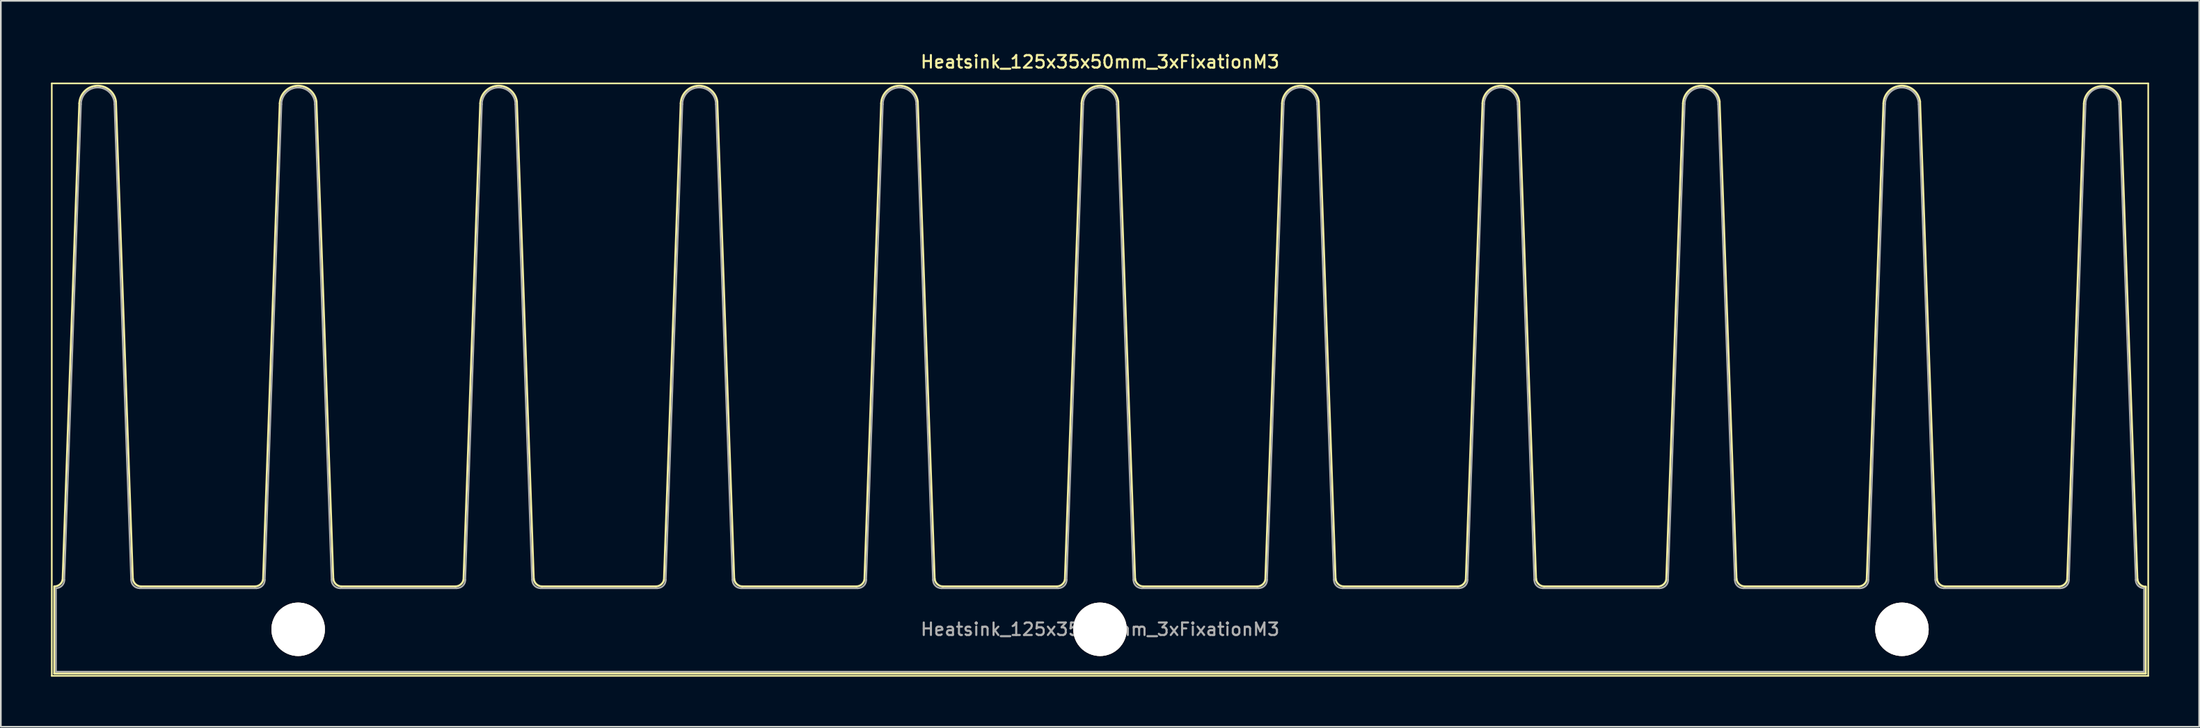
<source format=kicad_pcb>
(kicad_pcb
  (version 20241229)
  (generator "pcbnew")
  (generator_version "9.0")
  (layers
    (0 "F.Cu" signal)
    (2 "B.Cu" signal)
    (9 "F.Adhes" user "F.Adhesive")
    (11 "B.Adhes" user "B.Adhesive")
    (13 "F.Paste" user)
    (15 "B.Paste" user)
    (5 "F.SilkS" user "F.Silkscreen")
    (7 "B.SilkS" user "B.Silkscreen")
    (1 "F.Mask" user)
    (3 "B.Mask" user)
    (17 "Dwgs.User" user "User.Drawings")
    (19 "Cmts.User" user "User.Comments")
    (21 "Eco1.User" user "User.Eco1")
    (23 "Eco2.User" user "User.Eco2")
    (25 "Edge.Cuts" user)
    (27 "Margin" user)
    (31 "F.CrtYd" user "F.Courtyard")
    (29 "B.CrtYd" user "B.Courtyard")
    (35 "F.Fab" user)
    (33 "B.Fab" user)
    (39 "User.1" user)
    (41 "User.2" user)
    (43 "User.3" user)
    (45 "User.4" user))
  (footprint "Heatsink_125x35x50mm_3xFixationM3"
    (layer "F.Cu")
    (at 62.8 34.658)
    (property "Reference" "Heatsink_125x35x50mm_3xFixationM3" (at 0 -34 0) (layer "F.SilkS") (effects (font (size 0.75 0.75) (thickness 0.125))))
    (attr through_hole)
    (fp_line (start -62.75 -32.71) (end -62.75 2.79) (stroke (width 0.1) (type solid)) (layer "F.SilkS"))
    (fp_line (start -62.75 -32.71) (end 62.75 -32.71) (stroke (width 0.1) (type solid)) (layer "F.SilkS"))
    (fp_line (start -62.6 2.65) (end -62.6 -2.57) (stroke (width 0.12) (type solid)) (layer "F.SilkS"))
    (fp_line (start -62.1 -2.97) (end -61.1 -31.52) (stroke (width 0.12) (type solid)) (layer "F.SilkS"))
    (fp_line (start -57.9 -3.02) (end -58.91 -31.62) (stroke (width 0.12) (type solid)) (layer "F.SilkS"))
    (fp_line (start -50.58 -2.57) (end -57.42 -2.57) (stroke (width 0.12) (type solid)) (layer "F.SilkS"))
    (fp_line (start -50.1 -2.97) (end -49.1 -31.52) (stroke (width 0.12) (type solid)) (layer "F.SilkS"))
    (fp_line (start -45.9 -3.02) (end -46.91 -31.62) (stroke (width 0.12) (type solid)) (layer "F.SilkS"))
    (fp_line (start -38.58 -2.57) (end -45.42 -2.57) (stroke (width 0.12) (type solid)) (layer "F.SilkS"))
    (fp_line (start -38.1 -2.97) (end -37.1 -31.52) (stroke (width 0.12) (type solid)) (layer "F.SilkS"))
    (fp_line (start -33.9 -3.02) (end -34.91 -31.62) (stroke (width 0.12) (type solid)) (layer "F.SilkS"))
    (fp_line (start -26.58 -2.57) (end -33.42 -2.57) (stroke (width 0.12) (type solid)) (layer "F.SilkS"))
    (fp_line (start -26.1 -2.97) (end -25.1 -31.52) (stroke (width 0.12) (type solid)) (layer "F.SilkS"))
    (fp_line (start -21.9 -3.02) (end -22.91 -31.62) (stroke (width 0.12) (type solid)) (layer "F.SilkS"))
    (fp_line (start -14.58 -2.57) (end -21.42 -2.57) (stroke (width 0.12) (type solid)) (layer "F.SilkS"))
    (fp_line (start -14.1 -2.97) (end -13.1 -31.52) (stroke (width 0.12) (type solid)) (layer "F.SilkS"))
    (fp_line (start -9.9 -3.02) (end -10.91 -31.62) (stroke (width 0.12) (type solid)) (layer "F.SilkS"))
    (fp_line (start -2.58 -2.57) (end -9.42 -2.57) (stroke (width 0.12) (type solid)) (layer "F.SilkS"))
    (fp_line (start -2.1 -2.97) (end -1.1 -31.52) (stroke (width 0.12) (type solid)) (layer "F.SilkS"))
    (fp_line (start 2.1 -3.02) (end 1.09 -31.62) (stroke (width 0.12) (type solid)) (layer "F.SilkS"))
    (fp_line (start 9.42 -2.57) (end 2.58 -2.57) (stroke (width 0.12) (type solid)) (layer "F.SilkS"))
    (fp_line (start 9.9 -2.97) (end 10.9 -31.52) (stroke (width 0.12) (type solid)) (layer "F.SilkS"))
    (fp_line (start 14.1 -3.02) (end 13.09 -31.62) (stroke (width 0.12) (type solid)) (layer "F.SilkS"))
    (fp_line (start 21.42 -2.57) (end 14.58 -2.57) (stroke (width 0.12) (type solid)) (layer "F.SilkS"))
    (fp_line (start 21.9 -2.97) (end 22.9 -31.52) (stroke (width 0.12) (type solid)) (layer "F.SilkS"))
    (fp_line (start 26.1 -3.02) (end 25.09 -31.62) (stroke (width 0.12) (type solid)) (layer "F.SilkS"))
    (fp_line (start 33.42 -2.57) (end 26.58 -2.57) (stroke (width 0.12) (type solid)) (layer "F.SilkS"))
    (fp_line (start 33.9 -2.97) (end 34.9 -31.52) (stroke (width 0.12) (type solid)) (layer "F.SilkS"))
    (fp_line (start 38.1 -3.02) (end 37.09 -31.62) (stroke (width 0.12) (type solid)) (layer "F.SilkS"))
    (fp_line (start 45.42 -2.57) (end 38.58 -2.57) (stroke (width 0.12) (type solid)) (layer "F.SilkS"))
    (fp_line (start 45.9 -2.97) (end 46.9 -31.52) (stroke (width 0.12) (type solid)) (layer "F.SilkS"))
    (fp_line (start 50.1 -3.02) (end 49.09 -31.62) (stroke (width 0.12) (type solid)) (layer "F.SilkS"))
    (fp_line (start 57.42 -2.57) (end 50.58 -2.57) (stroke (width 0.12) (type solid)) (layer "F.SilkS"))
    (fp_line (start 57.9 -2.95) (end 58.9 -31.5) (stroke (width 0.12) (type solid)) (layer "F.SilkS"))
    (fp_line (start 62.1 -3) (end 61.09 -31.6) (stroke (width 0.12) (type solid)) (layer "F.SilkS"))
    (fp_line (start 62.6 -2.55) (end 62.6 2.65) (stroke (width 0.12) (type solid)) (layer "F.SilkS"))
    (fp_line (start 62.6 2.65) (end -62.6 2.65) (stroke (width 0.12) (type solid)) (layer "F.SilkS"))
    (fp_line (start 62.75 2.79) (end -62.75 2.79) (stroke (width 0.1) (type solid)) (layer "F.SilkS"))
    (fp_line (start 62.75 2.79) (end 62.75 -32.71) (stroke (width 0.1) (type solid)) (layer "F.SilkS"))
    (fp_arc (start -62.101906 -2.961535) (mid -62.277136 -2.679979) (end -62.59 -2.57) (stroke (width 0.12) (type solid)) (layer "F.SilkS"))
    (fp_arc (start -61.1 -31.52) (mid -60.049591 -32.570019) (end -58.908961 -31.618777) (stroke (width 0.12) (type solid)) (layer "F.SilkS"))
    (fp_arc (start -57.4 -2.57) (mid -57.735503 -2.699274) (end -57.897519 -3.020249) (stroke (width 0.12) (type solid)) (layer "F.SilkS"))
    (fp_arc (start -50.101906 -2.961535) (mid -50.277136 -2.679979) (end -50.59 -2.57) (stroke (width 0.12) (type solid)) (layer "F.SilkS"))
    (fp_arc (start -49.1 -31.52) (mid -48.049591 -32.570019) (end -46.908961 -31.618777) (stroke (width 0.12) (type solid)) (layer "F.SilkS"))
    (fp_arc (start -45.4 -2.57) (mid -45.735503 -2.699274) (end -45.897519 -3.020249) (stroke (width 0.12) (type solid)) (layer "F.SilkS"))
    (fp_arc (start -38.101906 -2.961535) (mid -38.277136 -2.679979) (end -38.59 -2.57) (stroke (width 0.12) (type solid)) (layer "F.SilkS"))
    (fp_arc (start -37.1 -31.52) (mid -36.049591 -32.570019) (end -34.908961 -31.618777) (stroke (width 0.12) (type solid)) (layer "F.SilkS"))
    (fp_arc (start -33.4 -2.57) (mid -33.735503 -2.699274) (end -33.897519 -3.020249) (stroke (width 0.12) (type solid)) (layer "F.SilkS"))
    (fp_arc (start -26.101906 -2.961535) (mid -26.277136 -2.679979) (end -26.59 -2.57) (stroke (width 0.12) (type solid)) (layer "F.SilkS"))
    (fp_arc (start -25.1 -31.52) (mid -24.049591 -32.570019) (end -22.908961 -31.618777) (stroke (width 0.12) (type solid)) (layer "F.SilkS"))
    (fp_arc (start -21.4 -2.57) (mid -21.735503 -2.699274) (end -21.897519 -3.020249) (stroke (width 0.12) (type solid)) (layer "F.SilkS"))
    (fp_arc (start -14.101906 -2.961535) (mid -14.277136 -2.679979) (end -14.59 -2.57) (stroke (width 0.12) (type solid)) (layer "F.SilkS"))
    (fp_arc (start -13.1 -31.52) (mid -12.049591 -32.570019) (end -10.908961 -31.618777) (stroke (width 0.12) (type solid)) (layer "F.SilkS"))
    (fp_arc (start -9.4 -2.57) (mid -9.735503 -2.699274) (end -9.897519 -3.020249) (stroke (width 0.12) (type solid)) (layer "F.SilkS"))
    (fp_arc (start -2.101906 -2.961535) (mid -2.277136 -2.679979) (end -2.59 -2.57) (stroke (width 0.12) (type solid)) (layer "F.SilkS"))
    (fp_arc (start -1.1 -31.52) (mid -0.049591 -32.570019) (end 1.091039 -31.618777) (stroke (width 0.12) (type solid)) (layer "F.SilkS"))
    (fp_arc (start 2.6 -2.57) (mid 2.264497 -2.699274) (end 2.102481 -3.020249) (stroke (width 0.12) (type solid)) (layer "F.SilkS"))
    (fp_arc (start 9.898094 -2.961535) (mid 9.722864 -2.679979) (end 9.41 -2.57) (stroke (width 0.12) (type solid)) (layer "F.SilkS"))
    (fp_arc (start 10.9 -31.52) (mid 11.950409 -32.570019) (end 13.091039 -31.618777) (stroke (width 0.12) (type solid)) (layer "F.SilkS"))
    (fp_arc (start 14.6 -2.57) (mid 14.264497 -2.699274) (end 14.102481 -3.020249) (stroke (width 0.12) (type solid)) (layer "F.SilkS"))
    (fp_arc (start 21.898094 -2.961535) (mid 21.722864 -2.679979) (end 21.41 -2.57) (stroke (width 0.12) (type solid)) (layer "F.SilkS"))
    (fp_arc (start 22.9 -31.52) (mid 23.950409 -32.570019) (end 25.091039 -31.618777) (stroke (width 0.12) (type solid)) (layer "F.SilkS"))
    (fp_arc (start 26.6 -2.57) (mid 26.264497 -2.699274) (end 26.102481 -3.020249) (stroke (width 0.12) (type solid)) (layer "F.SilkS"))
    (fp_arc (start 33.898094 -2.961535) (mid 33.722864 -2.679979) (end 33.41 -2.57) (stroke (width 0.12) (type solid)) (layer "F.SilkS"))
    (fp_arc (start 34.9 -31.52) (mid 35.950409 -32.570019) (end 37.091039 -31.618777) (stroke (width 0.12) (type solid)) (layer "F.SilkS"))
    (fp_arc (start 38.6 -2.57) (mid 38.264497 -2.699274) (end 38.102481 -3.020249) (stroke (width 0.12) (type solid)) (layer "F.SilkS"))
    (fp_arc (start 45.898094 -2.961535) (mid 45.722864 -2.679979) (end 45.41 -2.57) (stroke (width 0.12) (type solid)) (layer "F.SilkS"))
    (fp_arc (start 46.9 -31.52) (mid 47.950409 -32.570019) (end 49.091039 -31.618777) (stroke (width 0.12) (type solid)) (layer "F.SilkS"))
    (fp_arc (start 50.6 -2.57) (mid 50.264497 -2.699274) (end 50.102481 -3.020249) (stroke (width 0.12) (type solid)) (layer "F.SilkS"))
    (fp_arc (start 57.898094 -2.961535) (mid 57.722864 -2.679979) (end 57.41 -2.57) (stroke (width 0.12) (type solid)) (layer "F.SilkS"))
    (fp_arc (start 58.9 -31.5) (mid 59.950409 -32.550019) (end 61.091039 -31.598777) (stroke (width 0.12) (type solid)) (layer "F.SilkS"))
    (fp_arc (start 62.6 -2.55) (mid 62.264497 -2.679274) (end 62.102481 -3.000249) (stroke (width 0.12) (type solid)) (layer "F.SilkS"))
    (fp_line (start -62.5 2.54) (end 62.5 2.54) (stroke (width 0.1) (type solid)) (layer "F.Fab"))
    (fp_line (start -62.499 2.54) (end -62.499 -2.461) (stroke (width 0.1) (type solid)) (layer "F.Fab"))
    (fp_line (start -61.001 -31.463) (end -61.999 -2.962) (stroke (width 0.1) (type solid)) (layer "F.Fab"))
    (fp_line (start -58.001 -2.962) (end -58.999 -31.463) (stroke (width 0.1) (type solid)) (layer "F.Fab"))
    (fp_line (start -50.5 -2.461) (end -57.501 -2.461) (stroke (width 0.1) (type solid)) (layer "F.Fab"))
    (fp_line (start -49.002 -31.46) (end -50 -2.959) (stroke (width 0.1) (type solid)) (layer "F.Fab"))
    (fp_line (start -46.002 -2.959) (end -47 -31.46) (stroke (width 0.1) (type solid)) (layer "F.Fab"))
    (fp_line (start -38.499 -2.461) (end -45.499 -2.461) (stroke (width 0.1) (type solid)) (layer "F.Fab"))
    (fp_line (start -37 -31.463) (end -37.998 -2.962) (stroke (width 0.1) (type solid)) (layer "F.Fab"))
    (fp_line (start -34 -2.962) (end -34.999 -31.463) (stroke (width 0.1) (type solid)) (layer "F.Fab"))
    (fp_line (start -26.5 -2.461) (end -33.5 -2.461) (stroke (width 0.1) (type solid)) (layer "F.Fab"))
    (fp_line (start -24.999 -31.463) (end -25.997 -2.962) (stroke (width 0.1) (type solid)) (layer "F.Fab"))
    (fp_line (start -21.999 -2.962) (end -22.997 -31.463) (stroke (width 0.1) (type solid)) (layer "F.Fab"))
    (fp_line (start -14.501 -2.461) (end -21.501 -2.461) (stroke (width 0.1) (type solid)) (layer "F.Fab"))
    (fp_line (start -13 -31.46) (end -13.998 -2.959) (stroke (width 0.1) (type solid)) (layer "F.Fab"))
    (fp_line (start -10 -2.959) (end -10.998 -31.46) (stroke (width 0.1) (type solid)) (layer "F.Fab"))
    (fp_line (start -2.499 -2.461) (end -9.5 -2.461) (stroke (width 0.1) (type solid)) (layer "F.Fab"))
    (fp_line (start -1.001 -31.46) (end -1.999 -2.959) (stroke (width 0.1) (type solid)) (layer "F.Fab"))
    (fp_line (start 1.999 -2.959) (end 1.001 -31.46) (stroke (width 0.1) (type solid)) (layer "F.Fab"))
    (fp_line (start 9.5 -2.461) (end 2.499 -2.461) (stroke (width 0.1) (type solid)) (layer "F.Fab"))
    (fp_line (start 10.998 -31.463) (end 10 -2.962) (stroke (width 0.1) (type solid)) (layer "F.Fab"))
    (fp_line (start 13.998 -2.962) (end 13 -31.463) (stroke (width 0.1) (type solid)) (layer "F.Fab"))
    (fp_line (start 21.501 -2.461) (end 14.501 -2.461) (stroke (width 0.1) (type solid)) (layer "F.Fab"))
    (fp_line (start 22.997 -31.463) (end 21.999 -2.962) (stroke (width 0.1) (type solid)) (layer "F.Fab"))
    (fp_line (start 25.997 -2.962) (end 24.999 -31.463) (stroke (width 0.1) (type solid)) (layer "F.Fab"))
    (fp_line (start 33.5 -2.461) (end 26.5 -2.461) (stroke (width 0.1) (type solid)) (layer "F.Fab"))
    (fp_line (start 35.001 -31.46) (end 34.003 -2.959) (stroke (width 0.1) (type solid)) (layer "F.Fab"))
    (fp_line (start 38.001 -2.959) (end 37.003 -31.46) (stroke (width 0.1) (type solid)) (layer "F.Fab"))
    (fp_line (start 45.499 -2.461) (end 38.499 -2.461) (stroke (width 0.1) (type solid)) (layer "F.Fab"))
    (fp_line (start 47 -31.46) (end 46.002 -2.959) (stroke (width 0.1) (type solid)) (layer "F.Fab"))
    (fp_line (start 50 -2.959) (end 49.002 -31.46) (stroke (width 0.1) (type solid)) (layer "F.Fab"))
    (fp_line (start 57.501 -2.461) (end 50.5 -2.461) (stroke (width 0.1) (type solid)) (layer "F.Fab"))
    (fp_line (start 58.999 -31.463) (end 58.001 -2.962) (stroke (width 0.1) (type solid)) (layer "F.Fab"))
    (fp_line (start 61.999 -2.962) (end 61.001 -31.463) (stroke (width 0.1) (type solid)) (layer "F.Fab"))
    (fp_line (start 62.5 2.54) (end 62.5 -2.46) (stroke (width 0.1) (type solid)) (layer "F.Fab"))
    (fp_arc (start -61.99632 -2.96418) (mid -62.142878 -2.610358) (end -62.4967 -2.4638) (stroke (width 0.1) (type solid)) (layer "F.Fab"))
    (fp_arc (start -61.00064 -31.46298) (mid -60.707524 -32.170624) (end -59.99988 -32.46374) (stroke (width 0.1) (type solid)) (layer "F.Fab"))
    (fp_arc (start -59.99988 -32.46374) (mid -59.292236 -32.170624) (end -58.99912 -31.46298) (stroke (width 0.1) (type solid)) (layer "F.Fab"))
    (fp_arc (start -57.50052 -2.4638) (mid -57.852546 -2.609614) (end -57.99836 -2.96164) (stroke (width 0.1) (type solid)) (layer "F.Fab"))
    (fp_arc (start -49.99736 -2.96164) (mid -50.143918 -2.607818) (end -50.49774 -2.46126) (stroke (width 0.1) (type solid)) (layer "F.Fab"))
    (fp_arc (start -49.00168 -31.46044) (mid -48.708564 -32.168084) (end -48.00092 -32.4612) (stroke (width 0.1) (type solid)) (layer "F.Fab"))
    (fp_arc (start -48.00092 -32.4612) (mid -47.293276 -32.168084) (end -47.00016 -31.46044) (stroke (width 0.1) (type solid)) (layer "F.Fab"))
    (fp_arc (start -45.50156 -2.46126) (mid -45.853586 -2.607074) (end -45.9994 -2.9591) (stroke (width 0.1) (type solid)) (layer "F.Fab"))
    (fp_arc (start -37.99586 -2.96418) (mid -38.142418 -2.610358) (end -38.49624 -2.4638) (stroke (width 0.1) (type solid)) (layer "F.Fab"))
    (fp_arc (start -37.00018 -31.46298) (mid -36.707064 -32.170624) (end -35.99942 -32.46374) (stroke (width 0.1) (type solid)) (layer "F.Fab"))
    (fp_arc (start -35.99942 -32.46374) (mid -35.291776 -32.170624) (end -34.99866 -31.46298) (stroke (width 0.1) (type solid)) (layer "F.Fab"))
    (fp_arc (start -33.50006 -2.4638) (mid -33.852086 -2.609614) (end -33.9979 -2.96164) (stroke (width 0.1) (type solid)) (layer "F.Fab"))
    (fp_arc (start -25.99436 -2.96418) (mid -26.140918 -2.610358) (end -26.49474 -2.4638) (stroke (width 0.1) (type solid)) (layer "F.Fab"))
    (fp_arc (start -24.99868 -31.46298) (mid -24.705564 -32.170624) (end -23.99792 -32.46374) (stroke (width 0.1) (type solid)) (layer "F.Fab"))
    (fp_arc (start -23.99792 -32.46374) (mid -23.290276 -32.170624) (end -22.99716 -31.46298) (stroke (width 0.1) (type solid)) (layer "F.Fab"))
    (fp_arc (start -21.49856 -2.4638) (mid -21.850586 -2.609614) (end -21.9964 -2.96164) (stroke (width 0.1) (type solid)) (layer "F.Fab"))
    (fp_arc (start -13.9954 -2.96164) (mid -14.141958 -2.607818) (end -14.49578 -2.46126) (stroke (width 0.1) (type solid)) (layer "F.Fab"))
    (fp_arc (start -12.99972 -31.46044) (mid -12.706604 -32.168084) (end -11.99896 -32.4612) (stroke (width 0.1) (type solid)) (layer "F.Fab"))
    (fp_arc (start -11.99896 -32.4612) (mid -11.291316 -32.168084) (end -10.9982 -31.46044) (stroke (width 0.1) (type solid)) (layer "F.Fab"))
    (fp_arc (start -9.4996 -2.46126) (mid -9.851626 -2.607074) (end -9.99744 -2.9591) (stroke (width 0.1) (type solid)) (layer "F.Fab"))
    (fp_arc (start -1.99644 -2.96164) (mid -2.142998 -2.607818) (end -2.49682 -2.46126) (stroke (width 0.1) (type solid)) (layer "F.Fab"))
    (fp_arc (start -1.00076 -31.46044) (mid -0.707644 -32.168084) (end 0 -32.4612) (stroke (width 0.1) (type solid)) (layer "F.Fab"))
    (fp_arc (start 0 -32.4612) (mid 0.707644 -32.168084) (end 1.00076 -31.46044) (stroke (width 0.1) (type solid)) (layer "F.Fab"))
    (fp_arc (start 2.49936 -2.46126) (mid 2.147334 -2.607074) (end 2.00152 -2.9591) (stroke (width 0.1) (type solid)) (layer "F.Fab"))
    (fp_arc (start 10.00252 -2.96418) (mid 9.855962 -2.610358) (end 9.50214 -2.4638) (stroke (width 0.1) (type solid)) (layer "F.Fab"))
    (fp_arc (start 10.9982 -31.46298) (mid 11.291316 -32.170624) (end 11.99896 -32.46374) (stroke (width 0.1) (type solid)) (layer "F.Fab"))
    (fp_arc (start 11.99896 -32.46374) (mid 12.706604 -32.170624) (end 12.99972 -31.46298) (stroke (width 0.1) (type solid)) (layer "F.Fab"))
    (fp_arc (start 14.49832 -2.4638) (mid 14.146294 -2.609614) (end 14.00048 -2.96164) (stroke (width 0.1) (type solid)) (layer "F.Fab"))
    (fp_arc (start 22.00148 -2.96418) (mid 21.854922 -2.610358) (end 21.5011 -2.4638) (stroke (width 0.1) (type solid)) (layer "F.Fab"))
    (fp_arc (start 22.99716 -31.46298) (mid 23.290276 -32.170624) (end 23.99792 -32.46374) (stroke (width 0.1) (type solid)) (layer "F.Fab"))
    (fp_arc (start 23.99792 -32.46374) (mid 24.705564 -32.170624) (end 24.99868 -31.46298) (stroke (width 0.1) (type solid)) (layer "F.Fab"))
    (fp_arc (start 26.49728 -2.4638) (mid 26.145254 -2.609614) (end 25.99944 -2.96164) (stroke (width 0.1) (type solid)) (layer "F.Fab"))
    (fp_arc (start 34.00552 -2.96164) (mid 33.858962 -2.607818) (end 33.50514 -2.46126) (stroke (width 0.1) (type solid)) (layer "F.Fab"))
    (fp_arc (start 35.0012 -31.46044) (mid 35.294316 -32.168084) (end 36.00196 -32.4612) (stroke (width 0.1) (type solid)) (layer "F.Fab"))
    (fp_arc (start 36.00196 -32.4612) (mid 36.709604 -32.168084) (end 37.00272 -31.46044) (stroke (width 0.1) (type solid)) (layer "F.Fab"))
    (fp_arc (start 38.50132 -2.46126) (mid 38.149294 -2.607074) (end 38.00348 -2.9591) (stroke (width 0.1) (type solid)) (layer "F.Fab"))
    (fp_arc (start 46.00448 -2.96164) (mid 45.857922 -2.607818) (end 45.5041 -2.46126) (stroke (width 0.1) (type solid)) (layer "F.Fab"))
    (fp_arc (start 47.00016 -31.46044) (mid 47.293276 -32.168084) (end 48.00092 -32.4612) (stroke (width 0.1) (type solid)) (layer "F.Fab"))
    (fp_arc (start 48.00092 -32.4612) (mid 48.708564 -32.168084) (end 49.00168 -31.46044) (stroke (width 0.1) (type solid)) (layer "F.Fab"))
    (fp_arc (start 50.50028 -2.46126) (mid 50.148254 -2.607074) (end 50.00244 -2.9591) (stroke (width 0.1) (type solid)) (layer "F.Fab"))
    (fp_arc (start 58.00344 -2.96418) (mid 57.856882 -2.610358) (end 57.50306 -2.4638) (stroke (width 0.1) (type solid)) (layer "F.Fab"))
    (fp_arc (start 58.99912 -31.46298) (mid 59.292236 -32.170624) (end 59.99988 -32.46374) (stroke (width 0.1) (type solid)) (layer "F.Fab"))
    (fp_arc (start 59.99988 -32.46374) (mid 60.707524 -32.170624) (end 61.00064 -31.46298) (stroke (width 0.1) (type solid)) (layer "F.Fab"))
    (fp_arc (start 62.5 -2.46) (mid 62.145287 -2.606927) (end 61.99836 -2.96164) (stroke (width 0.1) (type solid)) (layer "F.Fab"))
    (fp_text user "${REFERENCE}" (at 0.003 0 0) (layer "F.Fab") (effects (font (size 0.75 0.75) (thickness 0.125))))
    (pad "" np_thru_hole circle (at -48 0) (size 3.2 3.2) (drill 3.2) (layers "*.Cu" "*.SilkS" "*.Mask"))
    (pad "" np_thru_hole circle (at 0 0) (size 3.2 3.2) (drill 3.2) (layers "*.Cu" "*.SilkS" "*.Mask"))
    (pad "" np_thru_hole circle (at 48.006 0) (size 3.2 3.2) (drill 3.2) (layers "*.Cu" "*.SilkS" "*.Mask")))
  (gr_rect
    (start -3 -3)
    (end 128.6 40.498)
    (stroke (width 0.1) (type default))
    (fill no)
    (layer "Edge.Cuts")))
</source>
